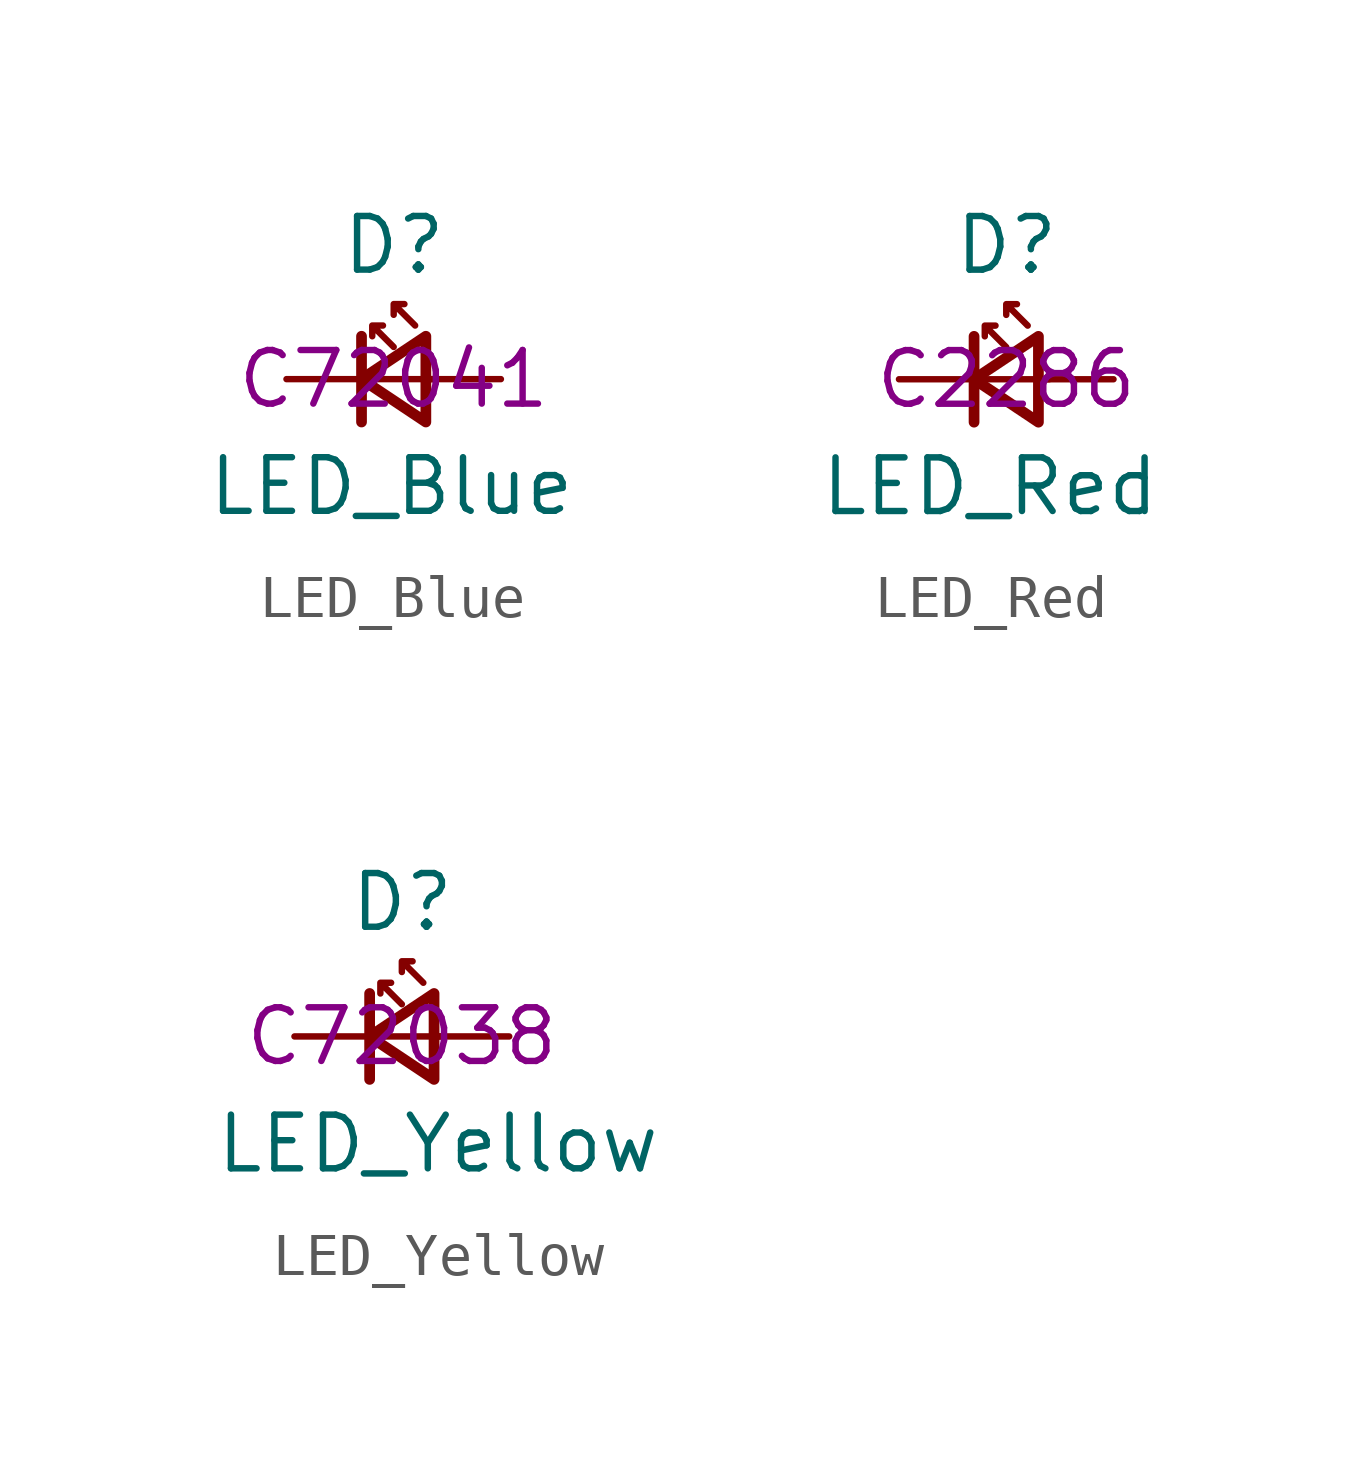
<source format=kicad_sym>
(kicad_symbol_lib
  (version 20231120)
  (generator "kicad_symbol_editor")
  (generator_version "8.0")
  (symbol "LED_Blue"
    (pin_numbers hide)
    (pin_names
      (offset 0.254) hide)
    (property "Reference" "D"
      (at -1.27 3.175 0)
      (effects (font (size 1.27 1.27)) (justify left)))
    (property "Value" "LED_Blue"
      (at -4.445 -2.54 0)
      (effects (font (size 1.27 1.27)) (justify left)))
    (property "LCSC" "C72041"
      (at 0 0 0)
      (effects (font (size 1.27 1.27))))
    (symbol "LED_Blue_0_1"
      (polyline (pts (xy -0.762 -1.016) (xy -0.762 1.016)) (stroke (width 0.254) (type default)) (fill (type none)))
      (polyline (pts (xy 1.016 0) (xy -0.762 0)) (stroke (width 0) (type default)) (fill (type none)))
      (polyline (pts (xy 0.762 -1.016) (xy -0.762 0) (xy 0.762 1.016) (xy 0.762 -1.016)) (stroke (width 0.254) (type default)) (fill (type none)))
      (polyline (pts (xy 0 0.762) (xy -0.508 1.27) (xy -0.254 1.27) (xy -0.508 1.27) (xy -0.508 1.016)) (stroke (width 0) (type default)) (fill (type none)))
      (polyline (pts (xy 0.508 1.27) (xy 0 1.778) (xy 0.254 1.778) (xy 0 1.778) (xy 0 1.524)) (stroke (width 0) (type default)) (fill (type none))))
    (symbol "LED_Blue_1_1"
      (pin passive line (at -2.54 0 0) (length 1.778) (name "K" (effects (font (size 1.27 1.27)))) (number "1" (effects (font (size 1.27 1.27)))))
      (pin passive line (at 2.54 0 180) (length 1.778) (name "A" (effects (font (size 1.27 1.27)))) (number "2" (effects (font (size 1.27 1.27)))))))
  (symbol "LED_Red"
    (pin_numbers hide)
    (pin_names
      (offset 0.254) hide)
    (property "Reference" "D"
      (at -1.27 3.175 0)
      (effects (font (size 1.27 1.27)) (justify left)))
    (property "Value" "LED_Red"
      (at -4.445 -2.54 0)
      (effects (font (size 1.27 1.27)) (justify left)))
    (property "LCSC" "C2286"
      (at 0 0 0)
      (effects (font (size 1.27 1.27))))
    (symbol "LED_Red_0_1"
      (polyline (pts (xy -0.762 -1.016) (xy -0.762 1.016)) (stroke (width 0.254) (type default)) (fill (type none)))
      (polyline (pts (xy 1.016 0) (xy -0.762 0)) (stroke (width 0) (type default)) (fill (type none)))
      (polyline (pts (xy 0.762 -1.016) (xy -0.762 0) (xy 0.762 1.016) (xy 0.762 -1.016)) (stroke (width 0.254) (type default)) (fill (type none)))
      (polyline (pts (xy 0 0.762) (xy -0.508 1.27) (xy -0.254 1.27) (xy -0.508 1.27) (xy -0.508 1.016)) (stroke (width 0) (type default)) (fill (type none)))
      (polyline (pts (xy 0.508 1.27) (xy 0 1.778) (xy 0.254 1.778) (xy 0 1.778) (xy 0 1.524)) (stroke (width 0) (type default)) (fill (type none))))
    (symbol "LED_Red_1_1"
      (pin passive line (at -2.54 0 0) (length 1.778) (name "K" (effects (font (size 1.27 1.27)))) (number "1" (effects (font (size 1.27 1.27)))))
      (pin passive line (at 2.54 0 180) (length 1.778) (name "A" (effects (font (size 1.27 1.27)))) (number "2" (effects (font (size 1.27 1.27)))))))
  (symbol "LED_Yellow"
    (pin_numbers hide)
    (pin_names
      (offset 0.254) hide)
    (property "Reference" "D"
      (at -1.27 3.175 0)
      (effects (font (size 1.27 1.27)) (justify left)))
    (property "Value" "LED_Yellow"
      (at -4.445 -2.54 0)
      (effects (font (size 1.27 1.27)) (justify left)))
    (property "LCSC" "C72038"
      (at 0 0 0)
      (effects (font (size 1.27 1.27))))
    (symbol "LED_Yellow_0_1"
      (polyline (pts (xy -0.762 -1.016) (xy -0.762 1.016)) (stroke (width 0.254) (type default)) (fill (type none)))
      (polyline (pts (xy 1.016 0) (xy -0.762 0)) (stroke (width 0) (type default)) (fill (type none)))
      (polyline (pts (xy 0.762 -1.016) (xy -0.762 0) (xy 0.762 1.016) (xy 0.762 -1.016)) (stroke (width 0.254) (type default)) (fill (type none)))
      (polyline (pts (xy 0 0.762) (xy -0.508 1.27) (xy -0.254 1.27) (xy -0.508 1.27) (xy -0.508 1.016)) (stroke (width 0) (type default)) (fill (type none)))
      (polyline (pts (xy 0.508 1.27) (xy 0 1.778) (xy 0.254 1.778) (xy 0 1.778) (xy 0 1.524)) (stroke (width 0) (type default)) (fill (type none))))
    (symbol "LED_Yellow_1_1"
      (pin passive line (at -2.54 0 0) (length 1.778) (name "K" (effects (font (size 1.27 1.27)))) (number "1" (effects (font (size 1.27 1.27)))))
      (pin passive line (at 2.54 0 180) (length 1.778) (name "A" (effects (font (size 1.27 1.27)))) (number "2" (effects (font (size 1.27 1.27))))))))
</source>
